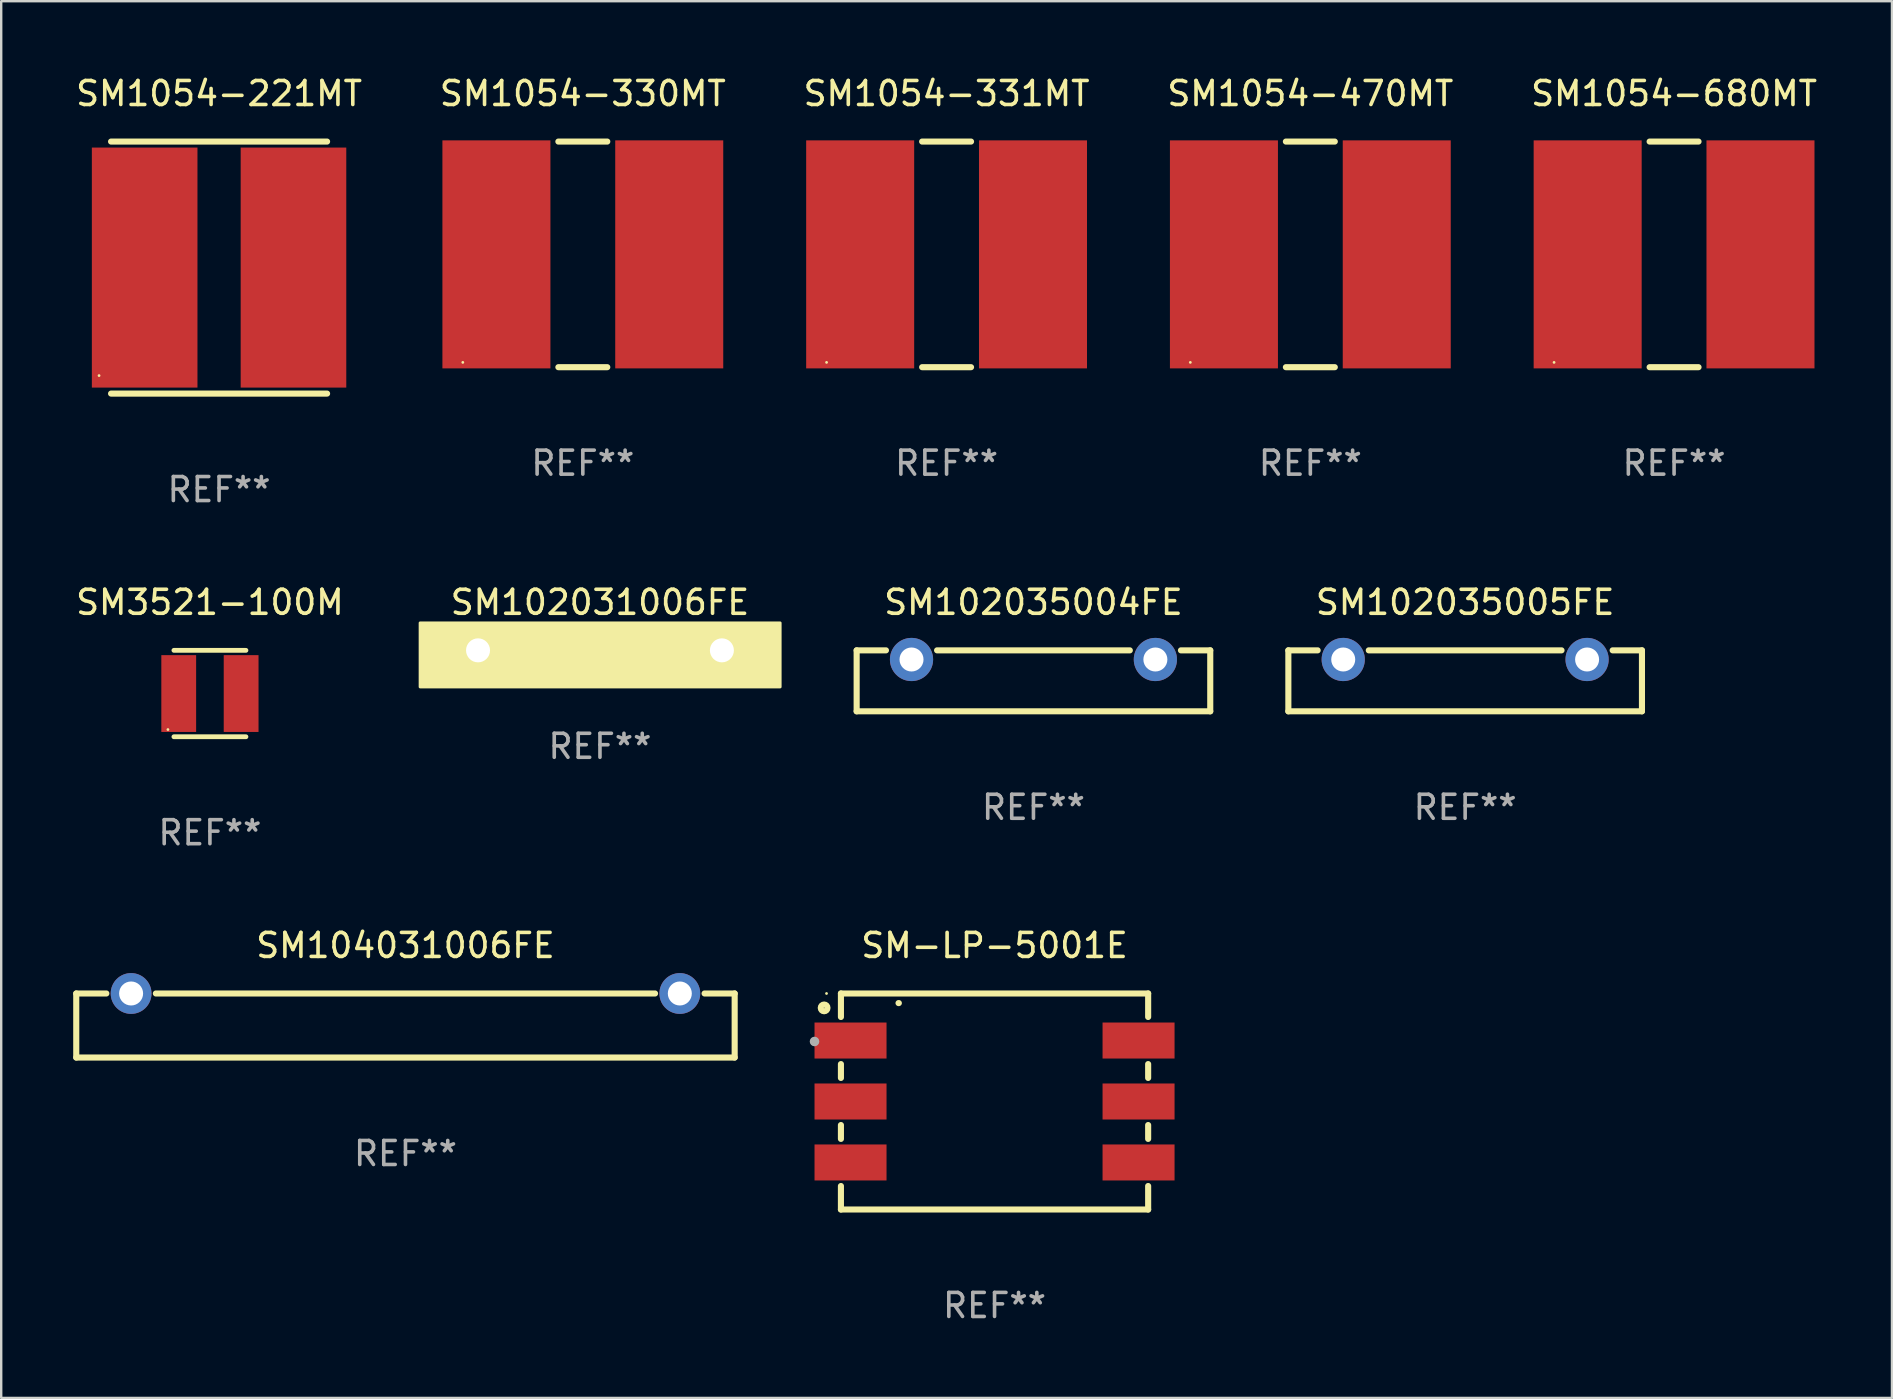
<source format=kicad_pcb>
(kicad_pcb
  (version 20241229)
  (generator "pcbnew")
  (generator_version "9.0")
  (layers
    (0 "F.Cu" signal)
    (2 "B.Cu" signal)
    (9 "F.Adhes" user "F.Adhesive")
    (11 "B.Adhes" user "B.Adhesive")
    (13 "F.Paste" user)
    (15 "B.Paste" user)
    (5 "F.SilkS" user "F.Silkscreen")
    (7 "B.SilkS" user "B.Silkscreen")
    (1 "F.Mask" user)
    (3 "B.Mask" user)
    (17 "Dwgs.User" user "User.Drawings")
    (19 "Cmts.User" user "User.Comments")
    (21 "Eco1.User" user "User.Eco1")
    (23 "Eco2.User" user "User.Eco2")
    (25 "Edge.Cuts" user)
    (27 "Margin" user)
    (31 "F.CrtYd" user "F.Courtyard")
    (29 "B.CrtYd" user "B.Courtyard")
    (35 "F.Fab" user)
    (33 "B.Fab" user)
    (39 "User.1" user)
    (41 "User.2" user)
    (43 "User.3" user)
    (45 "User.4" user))
  (footprint "SM1054-221MT"
    (layer "F.Cu")
    (at 6.077 8.098)
    (property "Reference" "SM1054-221MT" (at 0 -7.25 0) (layer "F.SilkS") (effects (font (size 1 1) (thickness 0.15))))
    (attr through_hole)
    (fp_line (start -4.5 -5.25) (end 4.5 -5.25) (stroke (width 0.254) (type solid)) (layer "F.SilkS"))
    (fp_line (start -4.5 5.25) (end 4.5 5.25) (stroke (width 0.254) (type solid)) (layer "F.SilkS"))
    (fp_circle (center -5 4.5) (end -4.97 4.5) (stroke (width 0.06) (type solid)) (fill no) (layer "F.SilkS"))
    (fp_text user "REF**" (at 0 9.25 0) (layer "F.Fab") (effects (font (size 1 1) (thickness 0.15))))
    (pad "1" smd rect (at -3.1 0 90) (size 10 4.4) (layers "F.Cu" "F.Mask" "F.Paste"))
    (pad "2" smd rect (at 3.1 0 90) (size 10 4.4) (layers "F.Cu" "F.Mask" "F.Paste")))
  (footprint "SM1054-331MT"
    (layer "F.Cu")
    (at 36.387 7.548)
    (property "Reference" "SM1054-331MT" (at 0 -6.7 0) (layer "F.SilkS") (effects (font (size 1 1) (thickness 0.15))))
    (attr through_hole)
    (fp_line (start -1.019 -4.7) (end 1.019 -4.7) (stroke (width 0.254) (type solid)) (layer "F.SilkS"))
    (fp_line (start -1.019 4.7) (end 1.019 4.7) (stroke (width 0.254) (type solid)) (layer "F.SilkS"))
    (fp_circle (center -5 4.5) (end -4.97 4.5) (stroke (width 0.06) (type solid)) (fill no) (layer "F.SilkS"))
    (fp_text user "REF**" (at 0 8.7 0) (layer "F.Fab") (effects (font (size 1 1) (thickness 0.15))))
    (pad "1" smd rect (at -3.6 0) (size 4.5 9.5) (layers "F.Cu" "F.Mask" "F.Paste"))
    (pad "2" smd rect (at 3.6 0) (size 4.5 9.5) (layers "F.Cu" "F.Mask" "F.Paste")))
  (footprint "SM102031006FE"
    (layer "F.Cu")
    (at 21.946 24.045)
    (property "Reference" "SM102031006FE" (at 0 -2 0) (layer "F.SilkS") (effects (font (size 1 1) (thickness 0.15))))
    (attr through_hole)
    (fp_circle (center -7.365 1.47) (end -7.335 1.47) (stroke (width 0.06) (type solid)) (fill no) (layer "F.SilkS"))
    (fp_poly (pts (xy -7.493 -1.143) (xy 7.507 -1.143) (xy 7.507 1.524) (xy -7.493 1.524)) (stroke (width 0.12) (type solid)) (fill yes) (layer "F.SilkS"))
    (fp_text user "REF**" (at 0 4 0) (layer "F.Fab") (effects (font (size 1 1) (thickness 0.15))))
    (pad "1" thru_hole rect (at -5.08 0) (size 1.575 1.6) (drill 1) (layers "*.Cu" "*.Mask"))
    (pad "2" thru_hole circle (at 5.08 0) (size 1.6 1.6) (drill 1) (layers "*.Cu" "*.Mask")))
  (footprint "SM102035005FE"
    (layer "F.Cu")
    (at 57.992 25.315)
    (property "Reference" "SM102035005FE" (at 0 -3.27 0) (layer "F.SilkS") (effects (font (size 1 1) (thickness 0.15))))
    (attr through_hole)
    (fp_line (start -7.366 -1.27) (end -6.145 -1.27) (stroke (width 0.254) (type solid)) (layer "F.SilkS"))
    (fp_line (start -7.366 1.27) (end -7.366 -1.27) (stroke (width 0.254) (type solid)) (layer "F.SilkS"))
    (fp_line (start -4.015 -1.27) (end 4.015 -1.27) (stroke (width 0.254) (type solid)) (layer "F.SilkS"))
    (fp_line (start 6.145 -1.27) (end 7.366 -1.27) (stroke (width 0.254) (type solid)) (layer "F.SilkS"))
    (fp_line (start 7.366 -1.27) (end 7.366 1.27) (stroke (width 0.254) (type solid)) (layer "F.SilkS"))
    (fp_line (start 7.366 1.27) (end -7.366 1.27) (stroke (width 0.254) (type solid)) (layer "F.SilkS"))
    (fp_circle (center -7.365 1.245) (end -7.335 1.245) (stroke (width 0.06) (type solid)) (fill no) (layer "F.SilkS"))
    (fp_text user "REF**" (at 0 5.27 0) (layer "F.Fab") (effects (font (size 1 1) (thickness 0.15))))
    (pad "1" thru_hole circle (at -5.08 -0.889) (size 1.8 1.8) (drill 1) (layers "*.Cu" "*.Mask"))
    (pad "2" thru_hole circle (at 5.08 -0.889) (size 1.8 1.8) (drill 1) (layers "*.Cu" "*.Mask")))
  (footprint "SM3521-100M"
    (layer "F.Cu")
    (at 5.696 25.845)
    (property "Reference" "SM3521-100M" (at 0 -3.8 0) (layer "F.SilkS") (effects (font (size 1 1) (thickness 0.15))))
    (attr through_hole)
    (fp_line (start -1.5 -1.8) (end 1.5 -1.8) (stroke (width 0.2) (type solid)) (layer "F.SilkS"))
    (fp_line (start -1.5 1.8) (end 1.5 1.8) (stroke (width 0.2) (type solid)) (layer "F.SilkS"))
    (fp_circle (center -1.75 1.5) (end -1.72 1.5) (stroke (width 0.06) (type solid)) (fill no) (layer "F.SilkS"))
    (fp_text user "REF**" (at 0 5.8 0) (layer "F.Fab") (effects (font (size 1 1) (thickness 0.15))))
    (pad "1" smd rect (at -1.3 0) (size 1.45 3.2) (layers "F.Cu" "F.Mask" "F.Paste"))
    (pad "2" smd rect (at 1.3 0) (size 1.45 3.2) (layers "F.Cu" "F.Mask" "F.Paste")))
  (footprint "SM102035004FE"
    (layer "F.Cu")
    (at 40.006 25.315)
    (property "Reference" "SM102035004FE" (at 0 -3.27 0) (layer "F.SilkS") (effects (font (size 1 1) (thickness 0.15))))
    (attr through_hole)
    (fp_line (start -7.366 -1.27) (end -6.145 -1.27) (stroke (width 0.254) (type solid)) (layer "F.SilkS"))
    (fp_line (start -7.366 1.27) (end -7.366 -1.27) (stroke (width 0.254) (type solid)) (layer "F.SilkS"))
    (fp_line (start -4.015 -1.27) (end 4.015 -1.27) (stroke (width 0.254) (type solid)) (layer "F.SilkS"))
    (fp_line (start 6.145 -1.27) (end 7.366 -1.27) (stroke (width 0.254) (type solid)) (layer "F.SilkS"))
    (fp_line (start 7.366 -1.27) (end 7.366 1.27) (stroke (width 0.254) (type solid)) (layer "F.SilkS"))
    (fp_line (start 7.366 1.27) (end -7.366 1.27) (stroke (width 0.254) (type solid)) (layer "F.SilkS"))
    (fp_circle (center -7.365 1.245) (end -7.335 1.245) (stroke (width 0.06) (type solid)) (fill no) (layer "F.SilkS"))
    (fp_text user "REF**" (at 0 5.27 0) (layer "F.Fab") (effects (font (size 1 1) (thickness 0.15))))
    (pad "1" thru_hole circle (at -5.08 -0.889) (size 1.8 1.8) (drill 1) (layers "*.Cu" "*.Mask"))
    (pad "2" thru_hole circle (at 5.08 -0.889) (size 1.8 1.8) (drill 1) (layers "*.Cu" "*.Mask")))
  (footprint "SM1054-330MT"
    (layer "F.Cu")
    (at 21.232 7.548)
    (property "Reference" "SM1054-330MT" (at 0 -6.7 0) (layer "F.SilkS") (effects (font (size 1 1) (thickness 0.15))))
    (attr through_hole)
    (fp_line (start -1.019 -4.7) (end 1.019 -4.7) (stroke (width 0.254) (type solid)) (layer "F.SilkS"))
    (fp_line (start -1.019 4.7) (end 1.019 4.7) (stroke (width 0.254) (type solid)) (layer "F.SilkS"))
    (fp_circle (center -5 4.5) (end -4.97 4.5) (stroke (width 0.06) (type solid)) (fill no) (layer "F.SilkS"))
    (fp_text user "REF**" (at 0 8.7 0) (layer "F.Fab") (effects (font (size 1 1) (thickness 0.15))))
    (pad "1" smd rect (at -3.6 0) (size 4.5 9.5) (layers "F.Cu" "F.Mask" "F.Paste"))
    (pad "2" smd rect (at 3.6 0) (size 4.5 9.5) (layers "F.Cu" "F.Mask" "F.Paste")))
  (footprint "SM1054-470MT"
    (layer "F.Cu")
    (at 51.542 7.548)
    (property "Reference" "SM1054-470MT" (at 0 -6.7 0) (layer "F.SilkS") (effects (font (size 1 1) (thickness 0.15))))
    (attr through_hole)
    (fp_line (start -1.019 -4.7) (end 1.019 -4.7) (stroke (width 0.254) (type solid)) (layer "F.SilkS"))
    (fp_line (start -1.019 4.7) (end 1.019 4.7) (stroke (width 0.254) (type solid)) (layer "F.SilkS"))
    (fp_circle (center -5 4.5) (end -4.97 4.5) (stroke (width 0.06) (type solid)) (fill no) (layer "F.SilkS"))
    (fp_text user "REF**" (at 0 8.7 0) (layer "F.Fab") (effects (font (size 1 1) (thickness 0.15))))
    (pad "1" smd rect (at -3.6 0) (size 4.5 9.5) (layers "F.Cu" "F.Mask" "F.Paste"))
    (pad "2" smd rect (at 3.6 0) (size 4.5 9.5) (layers "F.Cu" "F.Mask" "F.Paste")))
  (footprint "SM1054-680MT"
    (layer "F.Cu")
    (at 66.696 7.548)
    (property "Reference" "SM1054-680MT" (at 0 -6.7 0) (layer "F.SilkS") (effects (font (size 1 1) (thickness 0.15))))
    (attr through_hole)
    (fp_line (start -1.019 -4.7) (end 1.019 -4.7) (stroke (width 0.254) (type solid)) (layer "F.SilkS"))
    (fp_line (start -1.019 4.7) (end 1.019 4.7) (stroke (width 0.254) (type solid)) (layer "F.SilkS"))
    (fp_circle (center -5 4.5) (end -4.97 4.5) (stroke (width 0.06) (type solid)) (fill no) (layer "F.SilkS"))
    (fp_text user "REF**" (at 0 8.7 0) (layer "F.Fab") (effects (font (size 1 1) (thickness 0.15))))
    (pad "1" smd rect (at -3.6 0) (size 4.5 9.5) (layers "F.Cu" "F.Mask" "F.Paste"))
    (pad "2" smd rect (at 3.6 0) (size 4.5 9.5) (layers "F.Cu" "F.Mask" "F.Paste")))
  (footprint "SM104031006FE"
    (layer "F.Cu")
    (at 13.843 39.675)
    (property "Reference" "SM104031006FE" (at 0 -3.334 0) (layer "F.SilkS") (effects (font (size 1 1) (thickness 0.15))))
    (attr through_hole)
    (fp_line (start -13.716 -1.334) (end -12.462 -1.334) (stroke (width 0.254) (type solid)) (layer "F.SilkS"))
    (fp_line (start -13.716 1.334) (end -13.716 -1.334) (stroke (width 0.254) (type solid)) (layer "F.SilkS"))
    (fp_line (start -10.399 -1.334) (end 10.398 -1.334) (stroke (width 0.254) (type solid)) (layer "F.SilkS"))
    (fp_line (start 12.461 -1.334) (end 13.716 -1.334) (stroke (width 0.254) (type solid)) (layer "F.SilkS"))
    (fp_line (start 13.715 1.334) (end -13.716 1.334) (stroke (width 0.254) (type solid)) (layer "F.SilkS"))
    (fp_line (start 13.715 1.334) (end 13.715 -1.334) (stroke (width 0.254) (type solid)) (layer "F.SilkS"))
    (fp_circle (center -13.717 0.826) (end -13.687 0.826) (stroke (width 0.06) (type solid)) (fill no) (layer "F.SilkS"))
    (fp_text user "REF**" (at 0 5.334 0) (layer "F.Fab") (effects (font (size 1 1) (thickness 0.15))))
    (pad "1" thru_hole circle (at -11.431 -1.334) (size 1.7 1.7) (drill 1) (layers "*.Cu" "*.Mask"))
    (pad "2" thru_hole circle (at 11.43 -1.334) (size 1.7 1.7) (drill 1) (layers "*.Cu" "*.Mask")))
  (footprint "SM-LP-5001E"
    (layer "F.Cu")
    (at 38.385 42.841)
    (property "Reference" "SM-LP-5001E" (at 0 -6.5 0) (layer "F.SilkS") (effects (font (size 1 1) (thickness 0.15))))
    (attr through_hole)
    (fp_line (start -6.4 -4.5) (end -6.4 -3.521) (stroke (width 0.254) (type solid)) (layer "F.SilkS"))
    (fp_line (start -6.4 -4.5) (end 6.4 -4.5) (stroke (width 0.254) (type solid)) (layer "F.SilkS"))
    (fp_line (start -6.4 -1.559) (end -6.4 -0.981) (stroke (width 0.254) (type solid)) (layer "F.SilkS"))
    (fp_line (start -6.4 0.981) (end -6.4 1.559) (stroke (width 0.254) (type solid)) (layer "F.SilkS"))
    (fp_line (start -6.4 3.521) (end -6.4 4.5) (stroke (width 0.254) (type solid)) (layer "F.SilkS"))
    (fp_line (start -6.4 4.5) (end 6.4 4.5) (stroke (width 0.254) (type solid)) (layer "F.SilkS"))
    (fp_line (start 6.4 -4.5) (end 6.4 -3.521) (stroke (width 0.254) (type solid)) (layer "F.SilkS"))
    (fp_line (start 6.4 -1.559) (end 6.4 -0.981) (stroke (width 0.254) (type solid)) (layer "F.SilkS"))
    (fp_line (start 6.4 0.981) (end 6.4 1.559) (stroke (width 0.254) (type solid)) (layer "F.SilkS"))
    (fp_line (start 6.4 3.521) (end 6.4 4.5) (stroke (width 0.254) (type solid)) (layer "F.SilkS"))
    (fp_arc (start -4 -4.1) (mid -3.99365 -4.100051) (end -3.9873 -4.1) (stroke (width 0.254001) (type solid)) (layer "F.SilkS"))
    (fp_circle (center -7.1 -3.9) (end -6.959 -3.9) (stroke (width 0.254) (type solid)) (fill no) (layer "F.SilkS"))
    (fp_circle (center -7 -4.5) (end -6.97 -4.5) (stroke (width 0.06) (type solid)) (fill no) (layer "F.SilkS"))
    (fp_circle (center -7.5 -2.5) (end -7.4 -2.5) (stroke (width 0.2) (type solid)) (fill no) (layer "F.Fab"))
    (fp_text user "REF**" (at 0 8.5 0) (layer "F.Fab") (effects (font (size 1 1) (thickness 0.15))))
    (pad "1" smd rect (at -6 -2.54 90) (size 1.5 3) (layers "F.Cu" "F.Mask" "F.Paste"))
    (pad "2" smd rect (at -6 0 90) (size 1.5 3) (layers "F.Cu" "F.Mask" "F.Paste"))
    (pad "3" smd rect (at -6 2.54 90) (size 1.5 3) (layers "F.Cu" "F.Mask" "F.Paste"))
    (pad "4" smd rect (at 6 2.54 90) (size 1.5 3) (layers "F.Cu" "F.Mask" "F.Paste"))
    (pad "5" smd rect (at 6 0 90) (size 1.5 3) (layers "F.Cu" "F.Mask" "F.Paste"))
    (pad "6" smd rect (at 6 -2.54 90) (size 1.5 3) (layers "F.Cu" "F.Mask" "F.Paste")))
  (gr_rect
    (start -3 -3)
    (end 75.774 55.19)
    (stroke (width 0.1) (type default))
    (fill no)
    (layer "Edge.Cuts")))
</source>
